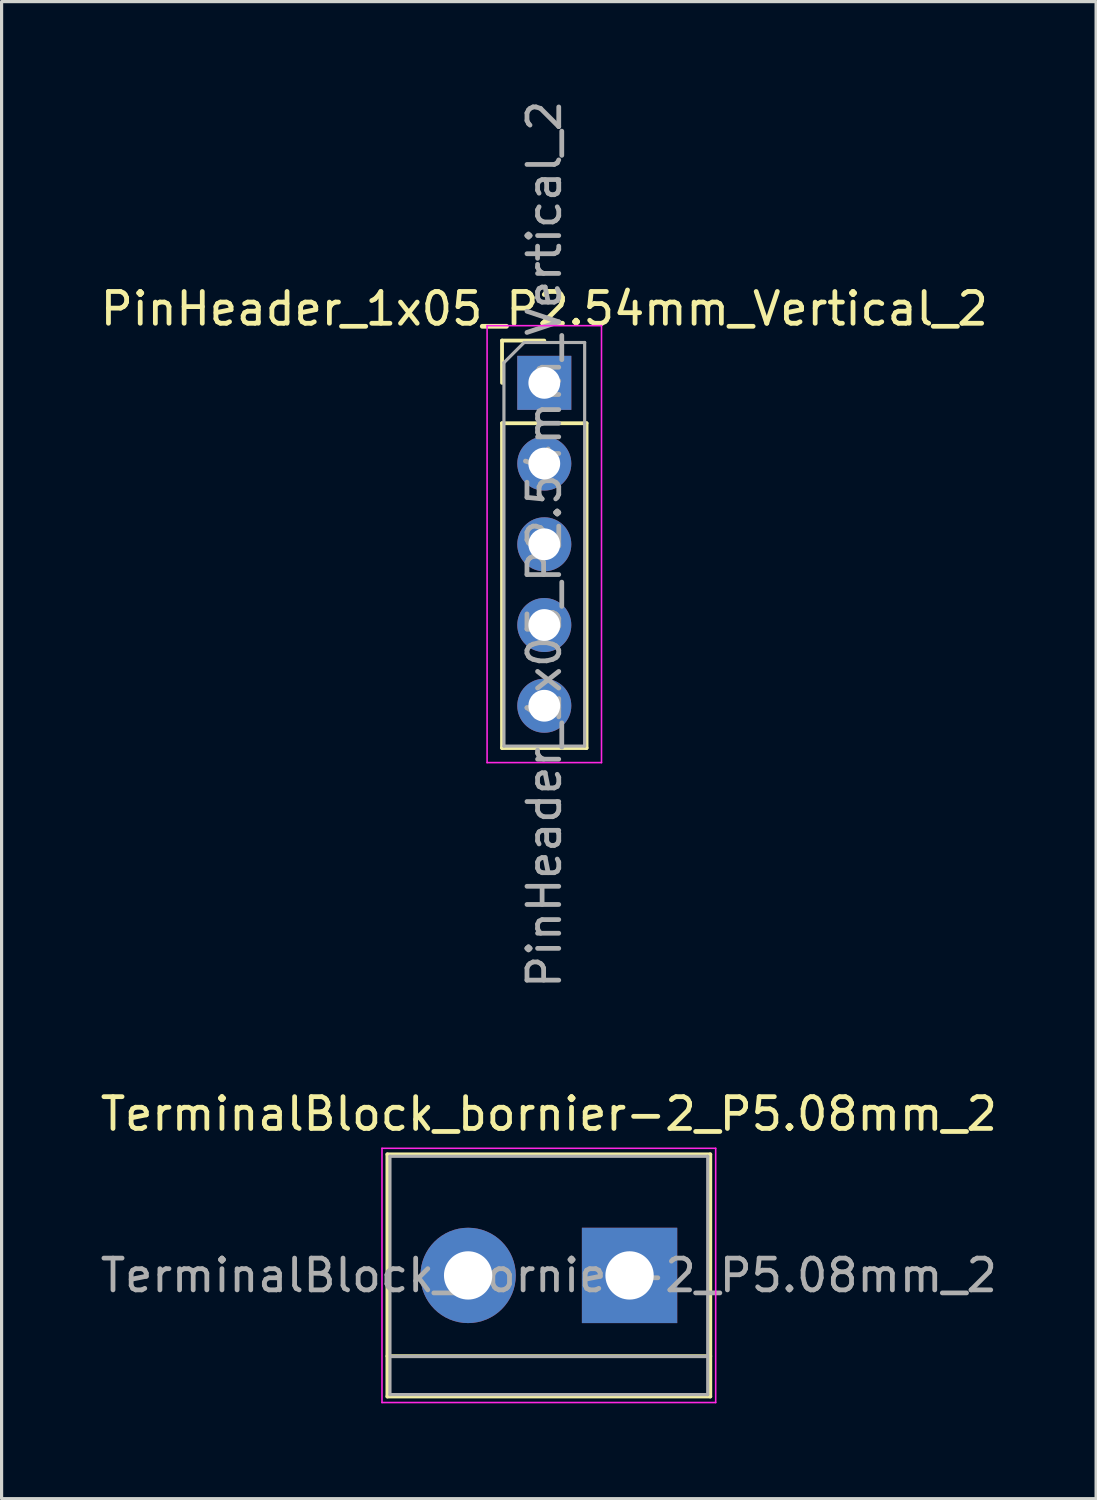
<source format=kicad_pcb>
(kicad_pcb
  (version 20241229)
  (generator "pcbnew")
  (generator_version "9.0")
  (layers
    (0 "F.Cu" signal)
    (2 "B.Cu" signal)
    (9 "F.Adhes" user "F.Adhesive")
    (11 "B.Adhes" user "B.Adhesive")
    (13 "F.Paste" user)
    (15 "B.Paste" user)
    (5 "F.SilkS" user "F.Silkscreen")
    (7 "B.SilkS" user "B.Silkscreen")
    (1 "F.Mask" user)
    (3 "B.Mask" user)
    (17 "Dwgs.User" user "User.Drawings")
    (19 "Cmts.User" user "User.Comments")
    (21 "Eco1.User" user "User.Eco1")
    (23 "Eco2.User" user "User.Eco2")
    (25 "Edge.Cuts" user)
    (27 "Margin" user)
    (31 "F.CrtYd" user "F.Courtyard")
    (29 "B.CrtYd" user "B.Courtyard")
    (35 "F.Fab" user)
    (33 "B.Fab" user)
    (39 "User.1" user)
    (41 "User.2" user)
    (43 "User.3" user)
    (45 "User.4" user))
  (footprint "TerminalBlock_bornier-2_P5.08mm_2"
    (layer "F.Cu")
    (at 11.68 37.083)
    (property "Reference" "TerminalBlock_bornier-2_P5.08mm_2" (at 2.54 -5.08 0) (layer "F.SilkS") (effects (font (size 1 1) (thickness 0.15))))
    (attr through_hole)
    (fp_line (start -2.54 -3.81) (end -2.54 3.81) (stroke (width 0.12) (type solid)) (layer "F.SilkS"))
    (fp_line (start -2.54 3.81) (end 7.62 3.81) (stroke (width 0.12) (type solid)) (layer "F.SilkS"))
    (fp_line (start 7.62 -3.81) (end -2.54 -3.81) (stroke (width 0.12) (type solid)) (layer "F.SilkS"))
    (fp_line (start 7.62 2.54) (end -2.54 2.54) (stroke (width 0.12) (type solid)) (layer "F.SilkS"))
    (fp_line (start 7.62 3.81) (end 7.62 -3.81) (stroke (width 0.12) (type solid)) (layer "F.SilkS"))
    (fp_line (start -2.71 -4) (end -2.71 4) (stroke (width 0.05) (type solid)) (layer "F.CrtYd"))
    (fp_line (start -2.71 -4) (end 7.79 -4) (stroke (width 0.05) (type solid)) (layer "F.CrtYd"))
    (fp_line (start 7.79 4) (end -2.71 4) (stroke (width 0.05) (type solid)) (layer "F.CrtYd"))
    (fp_line (start 7.79 4) (end 7.79 -4) (stroke (width 0.05) (type solid)) (layer "F.CrtYd"))
    (fp_line (start -2.46 -3.75) (end -2.46 3.75) (stroke (width 0.1) (type solid)) (layer "F.Fab"))
    (fp_line (start -2.46 3.75) (end 7.54 3.75) (stroke (width 0.1) (type solid)) (layer "F.Fab"))
    (fp_line (start -2.41 2.55) (end 7.49 2.55) (stroke (width 0.1) (type solid)) (layer "F.Fab"))
    (fp_line (start 7.54 -3.75) (end -2.46 -3.75) (stroke (width 0.1) (type solid)) (layer "F.Fab"))
    (fp_line (start 7.54 3.75) (end 7.54 -3.75) (stroke (width 0.1) (type solid)) (layer "F.Fab"))
    (fp_text user "${REFERENCE}" (at 2.54 0 0) (layer "F.Fab") (effects (font (size 1 1) (thickness 0.15))))
    (pad "1" thru_hole rect (at 5.08 0) (size 3 3) (drill 1.52) (layers "*.Cu" "*.Mask"))
    (pad "2" thru_hole circle (at 0 0) (size 3 3) (drill 1.52) (layers "*.Cu" "*.Mask")))
  (footprint "PinHeader_1x05_P2.54mm_Vertical_2"
    (layer "F.Cu")
    (at 14.077 8.997)
    (property "Reference" "PinHeader_1x05_P2.54mm_Vertical_2" (at 0 -2.33 0) (layer "F.SilkS") (effects (font (size 1 1) (thickness 0.15))))
    (attr through_hole)
    (fp_line (start -1.33 -1.33) (end 0 -1.33) (stroke (width 0.12) (type solid)) (layer "F.SilkS"))
    (fp_line (start -1.33 0) (end -1.33 -1.33) (stroke (width 0.12) (type solid)) (layer "F.SilkS"))
    (fp_line (start -1.33 1.27) (end -1.33 11.49) (stroke (width 0.12) (type solid)) (layer "F.SilkS"))
    (fp_line (start -1.33 1.27) (end 1.33 1.27) (stroke (width 0.12) (type solid)) (layer "F.SilkS"))
    (fp_line (start -1.33 11.49) (end 1.33 11.49) (stroke (width 0.12) (type solid)) (layer "F.SilkS"))
    (fp_line (start 1.33 1.27) (end 1.33 11.49) (stroke (width 0.12) (type solid)) (layer "F.SilkS"))
    (fp_line (start -1.8 -1.8) (end -1.8 11.95) (stroke (width 0.05) (type solid)) (layer "F.CrtYd"))
    (fp_line (start -1.8 11.95) (end 1.8 11.95) (stroke (width 0.05) (type solid)) (layer "F.CrtYd"))
    (fp_line (start 1.8 -1.8) (end -1.8 -1.8) (stroke (width 0.05) (type solid)) (layer "F.CrtYd"))
    (fp_line (start 1.8 11.95) (end 1.8 -1.8) (stroke (width 0.05) (type solid)) (layer "F.CrtYd"))
    (fp_line (start -1.27 -0.635) (end -0.635 -1.27) (stroke (width 0.1) (type solid)) (layer "F.Fab"))
    (fp_line (start -1.27 11.43) (end -1.27 -0.635) (stroke (width 0.1) (type solid)) (layer "F.Fab"))
    (fp_line (start -0.635 -1.27) (end 1.27 -1.27) (stroke (width 0.1) (type solid)) (layer "F.Fab"))
    (fp_line (start 1.27 -1.27) (end 1.27 11.43) (stroke (width 0.1) (type solid)) (layer "F.Fab"))
    (fp_line (start 1.27 11.43) (end -1.27 11.43) (stroke (width 0.1) (type solid)) (layer "F.Fab"))
    (fp_text user "${REFERENCE}" (at 0 5.08 90) (layer "F.Fab") (effects (font (size 1 1) (thickness 0.15))))
    (pad "1" thru_hole rect (at 0 0) (size 1.7 1.7) (drill 1) (layers "*.Cu" "*.Mask"))
    (pad "2" thru_hole oval (at 0 2.54) (size 1.7 1.7) (drill 1) (layers "*.Cu" "*.Mask"))
    (pad "3" thru_hole oval (at 0 5.08) (size 1.7 1.7) (drill 1) (layers "*.Cu" "*.Mask"))
    (pad "4" thru_hole oval (at 0 7.62) (size 1.7 1.7) (drill 1) (layers "*.Cu" "*.Mask"))
    (pad "5" thru_hole oval (at 0 10.16) (size 1.7 1.7) (drill 1) (layers "*.Cu" "*.Mask")))
  (gr_rect
    (start -3 -3)
    (end 31.44 44.108)
    (stroke (width 0.1) (type default))
    (fill no)
    (layer "Edge.Cuts")))
</source>
